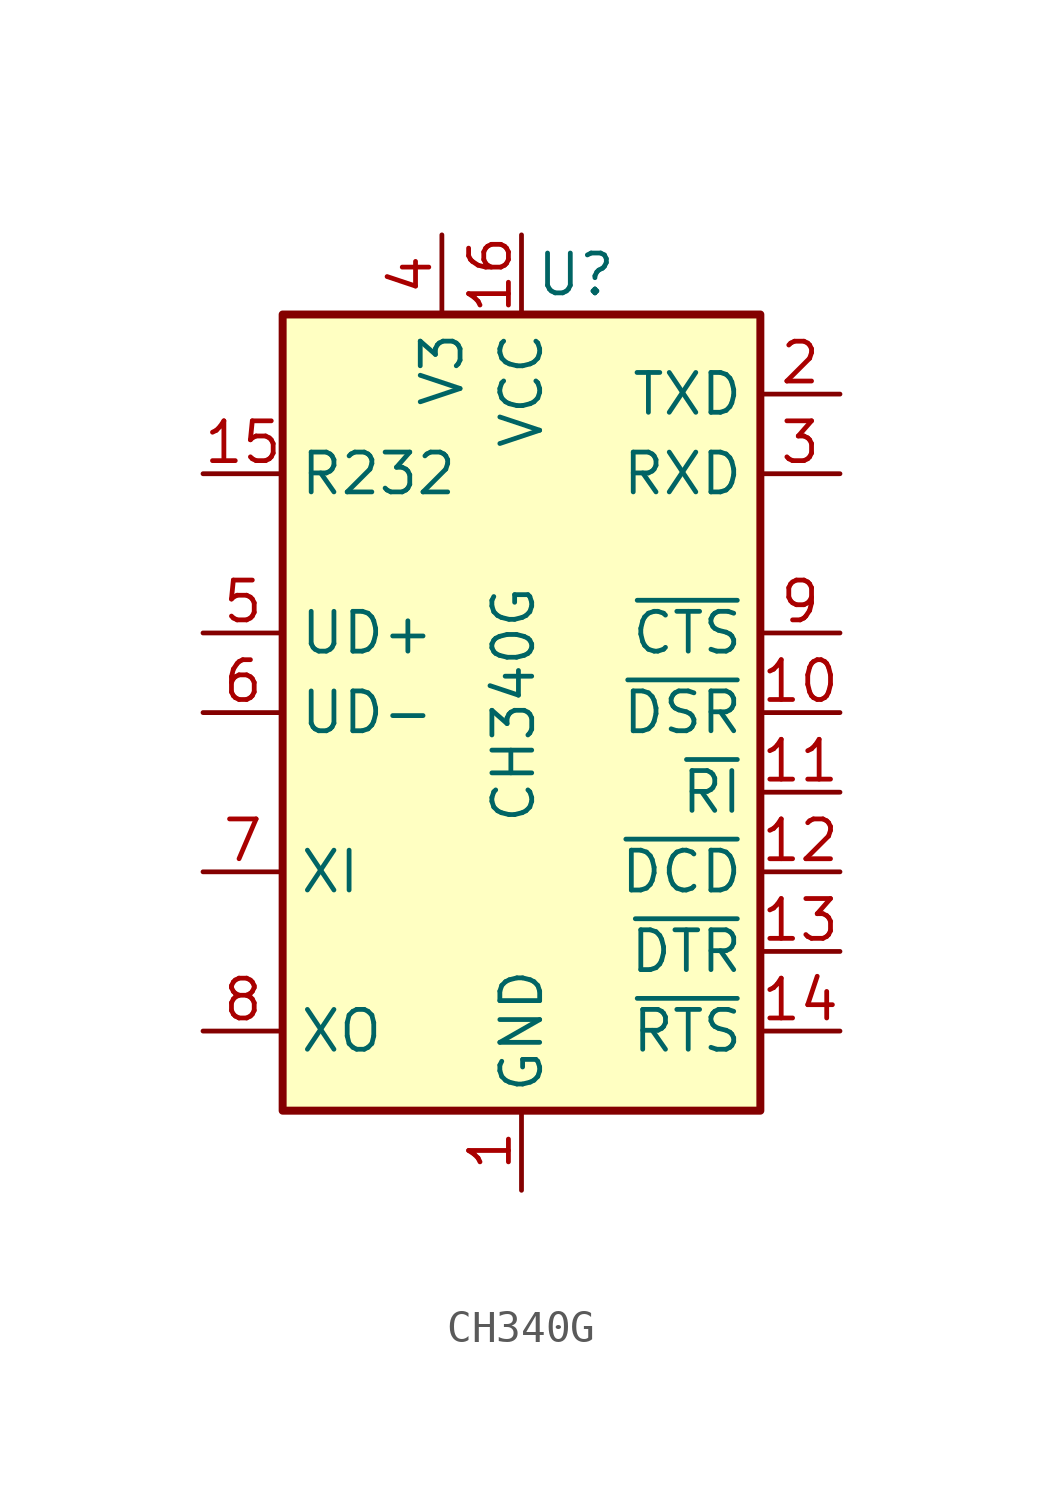
<source format=kicad_sym>
(kicad_symbol_lib
  (version 20211014)
  (generator kicad_symbol_editor)
  (symbol "CH340G"
    (property "Reference" "U"
      (at 3.048 13.97 0)
      (effects (font (size 1.27 1.27)) (justify right)))
    (property "Value" "CH340G"
      (at -0.254 0.254 90)
      (effects (font (size 1.27 1.27))))
    (symbol "CH340G_0_1"
      (rectangle (start -7.62 12.7) (end 7.62 -12.7) (stroke (width 0.254) (type default) (color 0 0 0 0)) (fill (type background))))
    (symbol "CH340G_1_1"
      (pin power_in line (at 0 -15.24 90) (length 2.54) (name "GND" (effects (font (size 1.27 1.27)))) (number "1" (effects (font (size 1.27 1.27)))))
      (pin input line (at 10.16 0 180) (length 2.54) (name "~{DSR}" (effects (font (size 1.27 1.27)))) (number "10" (effects (font (size 1.27 1.27)))))
      (pin input line (at 10.16 -2.54 180) (length 2.54) (name "~{RI}" (effects (font (size 1.27 1.27)))) (number "11" (effects (font (size 1.27 1.27)))))
      (pin input line (at 10.16 -5.08 180) (length 2.54) (name "~{DCD}" (effects (font (size 1.27 1.27)))) (number "12" (effects (font (size 1.27 1.27)))))
      (pin output line (at 10.16 -7.62 180) (length 2.54) (name "~{DTR}" (effects (font (size 1.27 1.27)))) (number "13" (effects (font (size 1.27 1.27)))))
      (pin output line (at 10.16 -10.16 180) (length 2.54) (name "~{RTS}" (effects (font (size 1.27 1.27)))) (number "14" (effects (font (size 1.27 1.27)))))
      (pin input line (at -10.16 7.62 0) (length 2.54) (name "R232" (effects (font (size 1.27 1.27)))) (number "15" (effects (font (size 1.27 1.27)))))
      (pin power_in line (at 0 15.24 270) (length 2.54) (name "VCC" (effects (font (size 1.27 1.27)))) (number "16" (effects (font (size 1.27 1.27)))))
      (pin output line (at 10.16 10.16 180) (length 2.54) (name "TXD" (effects (font (size 1.27 1.27)))) (number "2" (effects (font (size 1.27 1.27)))))
      (pin input line (at 10.16 7.62 180) (length 2.54) (name "RXD" (effects (font (size 1.27 1.27)))) (number "3" (effects (font (size 1.27 1.27)))))
      (pin passive line (at -2.54 15.24 270) (length 2.54) (name "V3" (effects (font (size 1.27 1.27)))) (number "4" (effects (font (size 1.27 1.27)))))
      (pin bidirectional line (at -10.16 2.54 0) (length 2.54) (name "UD+" (effects (font (size 1.27 1.27)))) (number "5" (effects (font (size 1.27 1.27)))))
      (pin bidirectional line (at -10.16 0 0) (length 2.54) (name "UD-" (effects (font (size 1.27 1.27)))) (number "6" (effects (font (size 1.27 1.27)))))
      (pin input line (at -10.16 -5.08 0) (length 2.54) (name "XI" (effects (font (size 1.27 1.27)))) (number "7" (effects (font (size 1.27 1.27)))))
      (pin output line (at -10.16 -10.16 0) (length 2.54) (name "XO" (effects (font (size 1.27 1.27)))) (number "8" (effects (font (size 1.27 1.27)))))
      (pin input line (at 10.16 2.54 180) (length 2.54) (name "~{CTS}" (effects (font (size 1.27 1.27)))) (number "9" (effects (font (size 1.27 1.27))))))))
</source>
